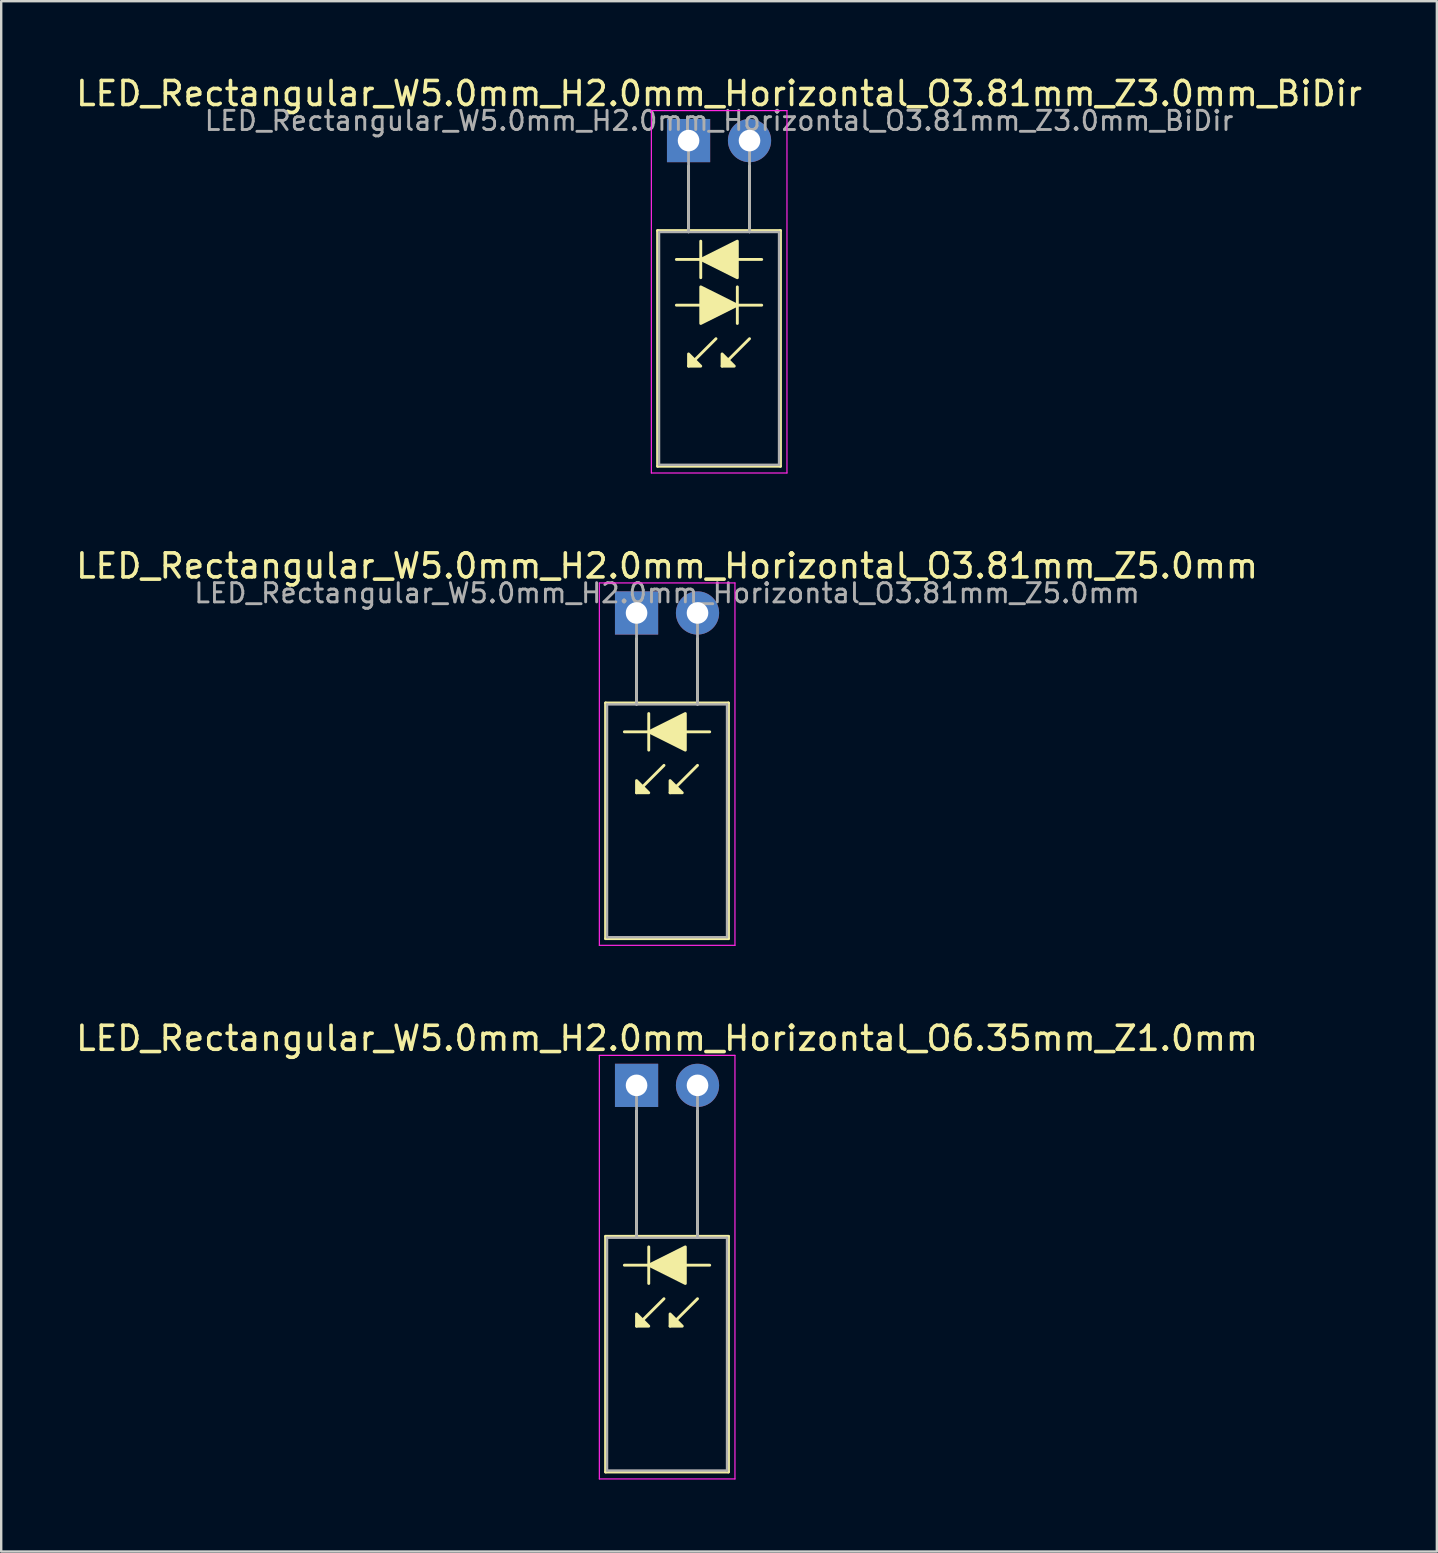
<source format=kicad_pcb>
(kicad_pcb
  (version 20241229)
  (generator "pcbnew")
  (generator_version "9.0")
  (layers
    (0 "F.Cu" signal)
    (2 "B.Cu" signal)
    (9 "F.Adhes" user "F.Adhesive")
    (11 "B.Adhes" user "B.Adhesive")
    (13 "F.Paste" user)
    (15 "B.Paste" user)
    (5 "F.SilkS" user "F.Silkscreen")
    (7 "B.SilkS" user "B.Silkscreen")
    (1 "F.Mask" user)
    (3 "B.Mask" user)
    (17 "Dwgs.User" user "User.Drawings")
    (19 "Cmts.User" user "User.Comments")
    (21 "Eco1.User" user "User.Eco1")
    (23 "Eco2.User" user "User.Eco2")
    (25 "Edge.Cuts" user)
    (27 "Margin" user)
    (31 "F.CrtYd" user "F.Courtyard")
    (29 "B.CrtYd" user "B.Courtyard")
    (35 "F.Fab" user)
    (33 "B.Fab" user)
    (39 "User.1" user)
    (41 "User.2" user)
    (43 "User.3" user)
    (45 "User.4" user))
  (footprint "LED_Rectangular_W5.0mm_H2.0mm_Horizontal_O3.81mm_Z5.0mm"
    (layer "F.Cu")
    (at 23.474 22.491)
    (property "Reference" "LED_Rectangular_W5.0mm_H2.0mm_Horizontal_O3.81mm_Z5.0mm" (at 1.27 -1.96 0) (layer "F.SilkS") (effects (font (size 1 1) (thickness 0.15))))
    (fp_line (start -1.29 3.75) (end -1.29 13.57) (stroke (width 0.12) (type solid)) (layer "F.SilkS"))
    (fp_line (start -1.29 13.57) (end 3.83 13.57) (stroke (width 0.12) (type solid)) (layer "F.SilkS"))
    (fp_line (start 0 1.08) (end 0 1.08) (stroke (width 0.12) (type solid)) (layer "F.SilkS"))
    (fp_line (start 0 1.08) (end 0 3.75) (stroke (width 0.12) (type solid)) (layer "F.SilkS"))
    (fp_line (start 0 3.75) (end 0 1.08) (stroke (width 0.12) (type solid)) (layer "F.SilkS"))
    (fp_line (start 0 3.75) (end 0 3.75) (stroke (width 0.12) (type solid)) (layer "F.SilkS"))
    (fp_line (start 0.508 4.191) (end 0.508 5.715) (stroke (width 0.12) (type solid)) (layer "F.SilkS"))
    (fp_line (start 0.508 4.953) (end -0.508 4.953) (stroke (width 0.12) (type solid)) (layer "F.SilkS"))
    (fp_line (start 1.143 6.35) (end 0 7.493) (stroke (width 0.12) (type solid)) (layer "F.SilkS"))
    (fp_line (start 2.54 1.08) (end 2.54 1.08) (stroke (width 0.12) (type solid)) (layer "F.SilkS"))
    (fp_line (start 2.54 1.08) (end 2.54 3.75) (stroke (width 0.12) (type solid)) (layer "F.SilkS"))
    (fp_line (start 2.54 3.75) (end 2.54 1.08) (stroke (width 0.12) (type solid)) (layer "F.SilkS"))
    (fp_line (start 2.54 3.75) (end 2.54 3.75) (stroke (width 0.12) (type solid)) (layer "F.SilkS"))
    (fp_line (start 2.54 6.35) (end 1.397 7.493) (stroke (width 0.12) (type solid)) (layer "F.SilkS"))
    (fp_line (start 3.048 4.953) (end 2.032 4.953) (stroke (width 0.12) (type solid)) (layer "F.SilkS"))
    (fp_line (start 3.83 3.75) (end -1.29 3.75) (stroke (width 0.12) (type solid)) (layer "F.SilkS"))
    (fp_line (start 3.83 13.57) (end 3.83 3.75) (stroke (width 0.12) (type solid)) (layer "F.SilkS"))
    (fp_poly (pts (xy 0 6.985) (xy 0.508 7.493) (xy 0 7.493)) (stroke (width 0.12) (type solid)) (fill yes) (layer "F.SilkS"))
    (fp_poly (pts (xy 1.397 6.985) (xy 1.905 7.493) (xy 1.397 7.493)) (stroke (width 0.12) (type solid)) (fill yes) (layer "F.SilkS"))
    (fp_poly (pts (xy 2.032 5.715) (xy 0.508 4.953) (xy 2.032 4.191)) (stroke (width 0.12) (type solid)) (fill yes) (layer "F.SilkS"))
    (fp_line (start -1.55 -1.25) (end -1.55 13.85) (stroke (width 0.05) (type solid)) (layer "F.CrtYd"))
    (fp_line (start -1.55 13.85) (end 4.1 13.85) (stroke (width 0.05) (type solid)) (layer "F.CrtYd"))
    (fp_line (start 4.1 -1.25) (end -1.55 -1.25) (stroke (width 0.05) (type solid)) (layer "F.CrtYd"))
    (fp_line (start 4.1 13.85) (end 4.1 -1.25) (stroke (width 0.05) (type solid)) (layer "F.CrtYd"))
    (fp_line (start -1.23 3.81) (end -1.23 13.51) (stroke (width 0.1) (type solid)) (layer "F.Fab"))
    (fp_line (start -1.23 13.51) (end 3.77 13.51) (stroke (width 0.1) (type solid)) (layer "F.Fab"))
    (fp_line (start 0 0) (end 0 0) (stroke (width 0.1) (type solid)) (layer "F.Fab"))
    (fp_line (start 0 0) (end 0 3.81) (stroke (width 0.1) (type solid)) (layer "F.Fab"))
    (fp_line (start 0 3.81) (end 0 0) (stroke (width 0.1) (type solid)) (layer "F.Fab"))
    (fp_line (start 0 3.81) (end 0 3.81) (stroke (width 0.1) (type solid)) (layer "F.Fab"))
    (fp_line (start 2.54 0) (end 2.54 0) (stroke (width 0.1) (type solid)) (layer "F.Fab"))
    (fp_line (start 2.54 0) (end 2.54 3.81) (stroke (width 0.1) (type solid)) (layer "F.Fab"))
    (fp_line (start 2.54 3.81) (end 2.54 0) (stroke (width 0.1) (type solid)) (layer "F.Fab"))
    (fp_line (start 2.54 3.81) (end 2.54 3.81) (stroke (width 0.1) (type solid)) (layer "F.Fab"))
    (fp_line (start 3.77 3.81) (end -1.23 3.81) (stroke (width 0.1) (type solid)) (layer "F.Fab"))
    (fp_line (start 3.77 13.51) (end 3.77 3.81) (stroke (width 0.1) (type solid)) (layer "F.Fab"))
    (fp_text user "${REFERENCE}" (at 1.27 -0.826 0) (layer "F.Fab") (effects (font (size 0.8 0.8) (thickness 0.12))))
    (pad "1" thru_hole rect (at 0 0) (size 1.8 1.8) (drill 0.9) (layers "*.Cu" "*.Mask"))
    (pad "2" thru_hole circle (at 2.54 0) (size 1.8 1.8) (drill 0.9) (layers "*.Cu" "*.Mask")))
  (footprint "LED_Rectangular_W5.0mm_H2.0mm_Horizontal_O6.35mm_Z1.0mm"
    (layer "F.Cu")
    (at 23.474 42.175)
    (property "Reference" "LED_Rectangular_W5.0mm_H2.0mm_Horizontal_O6.35mm_Z1.0mm" (at 1.27 -1.96 0) (layer "F.SilkS") (effects (font (size 1 1) (thickness 0.15))))
    (fp_line (start -1.29 6.29) (end -1.29 16.11) (stroke (width 0.12) (type solid)) (layer "F.SilkS"))
    (fp_line (start -1.29 16.11) (end 3.83 16.11) (stroke (width 0.12) (type solid)) (layer "F.SilkS"))
    (fp_line (start 0 1.08) (end 0 1.08) (stroke (width 0.12) (type solid)) (layer "F.SilkS"))
    (fp_line (start 0 1.08) (end 0 6.29) (stroke (width 0.12) (type solid)) (layer "F.SilkS"))
    (fp_line (start 0 6.29) (end 0 1.08) (stroke (width 0.12) (type solid)) (layer "F.SilkS"))
    (fp_line (start 0 6.29) (end 0 6.29) (stroke (width 0.12) (type solid)) (layer "F.SilkS"))
    (fp_line (start 0.508 6.731) (end 0.508 8.255) (stroke (width 0.12) (type solid)) (layer "F.SilkS"))
    (fp_line (start 0.508 7.493) (end -0.508 7.493) (stroke (width 0.12) (type solid)) (layer "F.SilkS"))
    (fp_line (start 1.143 8.89) (end 0 10.033) (stroke (width 0.12) (type solid)) (layer "F.SilkS"))
    (fp_line (start 2.54 1.08) (end 2.54 1.08) (stroke (width 0.12) (type solid)) (layer "F.SilkS"))
    (fp_line (start 2.54 1.08) (end 2.54 6.29) (stroke (width 0.12) (type solid)) (layer "F.SilkS"))
    (fp_line (start 2.54 6.29) (end 2.54 1.08) (stroke (width 0.12) (type solid)) (layer "F.SilkS"))
    (fp_line (start 2.54 6.29) (end 2.54 6.29) (stroke (width 0.12) (type solid)) (layer "F.SilkS"))
    (fp_line (start 2.54 8.89) (end 1.397 10.033) (stroke (width 0.12) (type solid)) (layer "F.SilkS"))
    (fp_line (start 3.048 7.493) (end 2.032 7.493) (stroke (width 0.12) (type solid)) (layer "F.SilkS"))
    (fp_line (start 3.83 6.29) (end -1.29 6.29) (stroke (width 0.12) (type solid)) (layer "F.SilkS"))
    (fp_line (start 3.83 16.11) (end 3.83 6.29) (stroke (width 0.12) (type solid)) (layer "F.SilkS"))
    (fp_poly (pts (xy 0 9.525) (xy 0.508 10.033) (xy 0 10.033)) (stroke (width 0.12) (type solid)) (fill yes) (layer "F.SilkS"))
    (fp_poly (pts (xy 1.397 9.525) (xy 1.905 10.033) (xy 1.397 10.033)) (stroke (width 0.12) (type solid)) (fill yes) (layer "F.SilkS"))
    (fp_poly (pts (xy 2.032 8.255) (xy 0.508 7.493) (xy 2.032 6.731)) (stroke (width 0.12) (type solid)) (fill yes) (layer "F.SilkS"))
    (fp_line (start -1.55 -1.25) (end -1.55 16.4) (stroke (width 0.05) (type solid)) (layer "F.CrtYd"))
    (fp_line (start -1.55 16.4) (end 4.1 16.4) (stroke (width 0.05) (type solid)) (layer "F.CrtYd"))
    (fp_line (start 4.1 -1.25) (end -1.55 -1.25) (stroke (width 0.05) (type solid)) (layer "F.CrtYd"))
    (fp_line (start 4.1 16.4) (end 4.1 -1.25) (stroke (width 0.05) (type solid)) (layer "F.CrtYd"))
    (fp_line (start -1.23 6.35) (end -1.23 16.05) (stroke (width 0.1) (type solid)) (layer "F.Fab"))
    (fp_line (start -1.23 16.05) (end 3.77 16.05) (stroke (width 0.1) (type solid)) (layer "F.Fab"))
    (fp_line (start 0 0) (end 0 0) (stroke (width 0.1) (type solid)) (layer "F.Fab"))
    (fp_line (start 0 0) (end 0 6.35) (stroke (width 0.1) (type solid)) (layer "F.Fab"))
    (fp_line (start 0 6.35) (end 0 0) (stroke (width 0.1) (type solid)) (layer "F.Fab"))
    (fp_line (start 0 6.35) (end 0 6.35) (stroke (width 0.1) (type solid)) (layer "F.Fab"))
    (fp_line (start 2.54 0) (end 2.54 0) (stroke (width 0.1) (type solid)) (layer "F.Fab"))
    (fp_line (start 2.54 0) (end 2.54 6.35) (stroke (width 0.1) (type solid)) (layer "F.Fab"))
    (fp_line (start 2.54 6.35) (end 2.54 0) (stroke (width 0.1) (type solid)) (layer "F.Fab"))
    (fp_line (start 2.54 6.35) (end 2.54 6.35) (stroke (width 0.1) (type solid)) (layer "F.Fab"))
    (fp_line (start 3.77 6.35) (end -1.23 6.35) (stroke (width 0.1) (type solid)) (layer "F.Fab"))
    (fp_line (start 3.77 16.05) (end 3.77 6.35) (stroke (width 0.1) (type solid)) (layer "F.Fab"))
    (pad "1" thru_hole rect (at 0 0) (size 1.8 1.8) (drill 0.9) (layers "*.Cu" "*.Mask"))
    (pad "2" thru_hole circle (at 2.54 0) (size 1.8 1.8) (drill 0.9) (layers "*.Cu" "*.Mask")))
  (footprint "LED_Rectangular_W5.0mm_H2.0mm_Horizontal_O3.81mm_Z3.0mm_BiDir"
    (layer "F.Cu")
    (at 25.641 2.808)
    (property "Reference" "LED_Rectangular_W5.0mm_H2.0mm_Horizontal_O3.81mm_Z3.0mm_BiDir" (at 1.27 -1.96 0) (layer "F.SilkS") (effects (font (size 1 1) (thickness 0.15))))
    (fp_line (start -1.29 3.75) (end -1.29 13.57) (stroke (width 0.12) (type solid)) (layer "F.SilkS"))
    (fp_line (start -1.29 13.57) (end 3.83 13.57) (stroke (width 0.12) (type solid)) (layer "F.SilkS"))
    (fp_line (start -0.508 6.858) (end 0.508 6.858) (stroke (width 0.12) (type solid)) (layer "F.SilkS"))
    (fp_line (start 0 1.08) (end 0 1.08) (stroke (width 0.12) (type solid)) (layer "F.SilkS"))
    (fp_line (start 0 1.08) (end 0 3.75) (stroke (width 0.12) (type solid)) (layer "F.SilkS"))
    (fp_line (start 0 3.75) (end 0 1.08) (stroke (width 0.12) (type solid)) (layer "F.SilkS"))
    (fp_line (start 0 3.75) (end 0 3.75) (stroke (width 0.12) (type solid)) (layer "F.SilkS"))
    (fp_line (start 0.508 4.191) (end 0.508 5.715) (stroke (width 0.12) (type solid)) (layer "F.SilkS"))
    (fp_line (start 0.508 4.953) (end -0.508 4.953) (stroke (width 0.12) (type solid)) (layer "F.SilkS"))
    (fp_line (start 1.143 8.255) (end 0 9.398) (stroke (width 0.12) (type solid)) (layer "F.SilkS"))
    (fp_line (start 2.032 6.858) (end 3.048 6.858) (stroke (width 0.12) (type solid)) (layer "F.SilkS"))
    (fp_line (start 2.032 7.62) (end 2.032 6.096) (stroke (width 0.12) (type solid)) (layer "F.SilkS"))
    (fp_line (start 2.54 1.08) (end 2.54 1.08) (stroke (width 0.12) (type solid)) (layer "F.SilkS"))
    (fp_line (start 2.54 1.08) (end 2.54 3.75) (stroke (width 0.12) (type solid)) (layer "F.SilkS"))
    (fp_line (start 2.54 3.75) (end 2.54 1.08) (stroke (width 0.12) (type solid)) (layer "F.SilkS"))
    (fp_line (start 2.54 3.75) (end 2.54 3.75) (stroke (width 0.12) (type solid)) (layer "F.SilkS"))
    (fp_line (start 2.54 8.255) (end 1.397 9.398) (stroke (width 0.12) (type solid)) (layer "F.SilkS"))
    (fp_line (start 3.048 4.953) (end 2.032 4.953) (stroke (width 0.12) (type solid)) (layer "F.SilkS"))
    (fp_line (start 3.83 3.75) (end -1.29 3.75) (stroke (width 0.12) (type solid)) (layer "F.SilkS"))
    (fp_line (start 3.83 13.57) (end 3.83 3.75) (stroke (width 0.12) (type solid)) (layer "F.SilkS"))
    (fp_poly (pts (xy 0 8.89) (xy 0.508 9.398) (xy 0 9.398)) (stroke (width 0.12) (type solid)) (fill yes) (layer "F.SilkS"))
    (fp_poly (pts (xy 0.508 6.096) (xy 2.032 6.858) (xy 0.508 7.62)) (stroke (width 0.12) (type solid)) (fill yes) (layer "F.SilkS"))
    (fp_poly (pts (xy 1.397 8.89) (xy 1.905 9.398) (xy 1.397 9.398)) (stroke (width 0.12) (type solid)) (fill yes) (layer "F.SilkS"))
    (fp_poly (pts (xy 2.032 5.715) (xy 0.508 4.953) (xy 2.032 4.191)) (stroke (width 0.12) (type solid)) (fill yes) (layer "F.SilkS"))
    (fp_line (start -1.55 -1.25) (end -1.55 13.85) (stroke (width 0.05) (type solid)) (layer "F.CrtYd"))
    (fp_line (start -1.55 13.85) (end 4.1 13.85) (stroke (width 0.05) (type solid)) (layer "F.CrtYd"))
    (fp_line (start 4.1 -1.25) (end -1.55 -1.25) (stroke (width 0.05) (type solid)) (layer "F.CrtYd"))
    (fp_line (start 4.1 13.85) (end 4.1 -1.25) (stroke (width 0.05) (type solid)) (layer "F.CrtYd"))
    (fp_line (start -1.23 3.81) (end -1.23 13.51) (stroke (width 0.1) (type solid)) (layer "F.Fab"))
    (fp_line (start -1.23 13.51) (end 3.77 13.51) (stroke (width 0.1) (type solid)) (layer "F.Fab"))
    (fp_line (start 0 0) (end 0 0) (stroke (width 0.1) (type solid)) (layer "F.Fab"))
    (fp_line (start 0 0) (end 0 3.81) (stroke (width 0.1) (type solid)) (layer "F.Fab"))
    (fp_line (start 0 3.81) (end 0 0) (stroke (width 0.1) (type solid)) (layer "F.Fab"))
    (fp_line (start 0 3.81) (end 0 3.81) (stroke (width 0.1) (type solid)) (layer "F.Fab"))
    (fp_line (start 2.54 0) (end 2.54 0) (stroke (width 0.1) (type solid)) (layer "F.Fab"))
    (fp_line (start 2.54 0) (end 2.54 3.81) (stroke (width 0.1) (type solid)) (layer "F.Fab"))
    (fp_line (start 2.54 3.81) (end 2.54 0) (stroke (width 0.1) (type solid)) (layer "F.Fab"))
    (fp_line (start 2.54 3.81) (end 2.54 3.81) (stroke (width 0.1) (type solid)) (layer "F.Fab"))
    (fp_line (start 3.77 3.81) (end -1.23 3.81) (stroke (width 0.1) (type solid)) (layer "F.Fab"))
    (fp_line (start 3.77 13.51) (end 3.77 3.81) (stroke (width 0.1) (type solid)) (layer "F.Fab"))
    (fp_text user "${REFERENCE}" (at 1.27 -0.826 0) (layer "F.Fab") (effects (font (size 0.8 0.8) (thickness 0.12))))
    (pad "1" thru_hole rect (at 0 0) (size 1.8 1.8) (drill 0.9) (layers "*.Cu" "*.Mask"))
    (pad "2" thru_hole circle (at 2.54 0) (size 1.8 1.8) (drill 0.9) (layers "*.Cu" "*.Mask")))
  (gr_rect
    (start -3 -3)
    (end 56.821 61.6)
    (stroke (width 0.1) (type default))
    (fill no)
    (layer "Edge.Cuts")))
</source>
